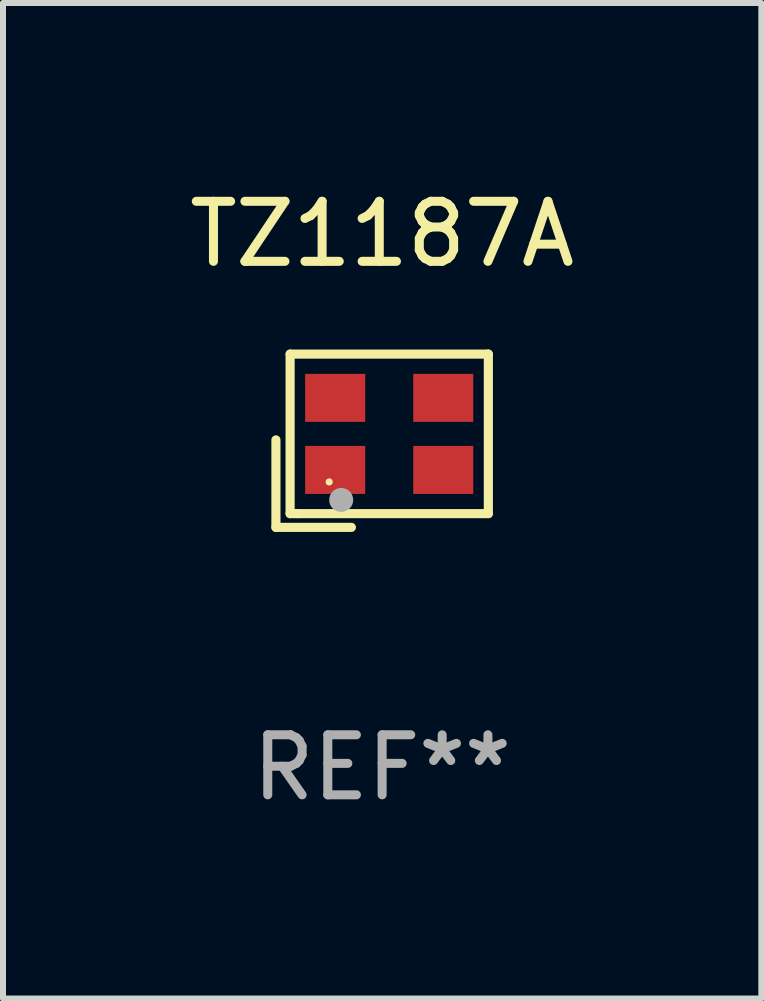
<source format=kicad_pcb>
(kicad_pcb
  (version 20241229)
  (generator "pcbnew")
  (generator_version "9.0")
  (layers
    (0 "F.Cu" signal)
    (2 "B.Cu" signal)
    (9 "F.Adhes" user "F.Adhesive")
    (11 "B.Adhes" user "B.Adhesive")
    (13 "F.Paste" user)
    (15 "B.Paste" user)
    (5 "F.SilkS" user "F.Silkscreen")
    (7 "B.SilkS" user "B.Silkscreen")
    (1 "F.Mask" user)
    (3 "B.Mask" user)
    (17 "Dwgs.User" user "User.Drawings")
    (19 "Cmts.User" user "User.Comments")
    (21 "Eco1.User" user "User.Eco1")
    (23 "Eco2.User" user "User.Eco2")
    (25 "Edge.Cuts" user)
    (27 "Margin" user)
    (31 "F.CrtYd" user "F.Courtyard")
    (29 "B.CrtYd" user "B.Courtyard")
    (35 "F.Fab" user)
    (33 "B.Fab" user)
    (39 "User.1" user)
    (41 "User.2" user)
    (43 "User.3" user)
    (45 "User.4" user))
  (footprint "TZ1187A"
    (layer "F.Cu")
    (at 3.315 4.291)
    (property "Reference" "TZ1187A" (at 0 -3.443 0) (layer "F.SilkS") (effects (font (size 1 1) (thickness 0.15))))
    (attr through_hole)
    (fp_line (start -1.769 -0.014) (end -1.769 1.443) (stroke (width 0.152) (type solid)) (layer "F.SilkS"))
    (fp_line (start -1.769 1.443) (end -0.512 1.443) (stroke (width 0.152) (type solid)) (layer "F.SilkS"))
    (fp_line (start -1.533 -1.443) (end 1.769 -1.443) (stroke (width 0.152) (type solid)) (layer "F.SilkS"))
    (fp_line (start -1.533 1.214) (end -1.533 -1.443) (stroke (width 0.152) (type solid)) (layer "F.SilkS"))
    (fp_line (start -1.411 1.214) (end -1.533 1.214) (stroke (width 0.152) (type solid)) (layer "F.SilkS"))
    (fp_line (start 1.769 -1.443) (end 1.769 1.214) (stroke (width 0.152) (type solid)) (layer "F.SilkS"))
    (fp_line (start 1.769 1.214) (end -1.411 1.214) (stroke (width 0.152) (type solid)) (layer "F.SilkS"))
    (fp_circle (center -0.882 0.686) (end -0.852 0.686) (stroke (width 0.06) (type solid)) (fill no) (layer "F.SilkS"))
    (fp_circle (center -0.682 0.986) (end -0.582 0.986) (stroke (width 0.2) (type solid)) (fill no) (layer "F.Fab"))
    (fp_text user "REF**" (at 0 5.443 0) (layer "F.Fab") (effects (font (size 1 1) (thickness 0.15))))
    (pad "1" smd rect (at -0.782 0.486 90) (size 0.8 1) (layers "F.Cu" "F.Mask" "F.Paste"))
    (pad "2" smd rect (at 1.018 0.486 90) (size 0.8 1) (layers "F.Cu" "F.Mask" "F.Paste"))
    (pad "3" smd rect (at 1.018 -0.714 90) (size 0.8 1) (layers "F.Cu" "F.Mask" "F.Paste"))
    (pad "4" smd rect (at -0.782 -0.714 90) (size 0.8 1) (layers "F.Cu" "F.Mask" "F.Paste")))
  (gr_rect
    (start -3 -3)
    (end 9.631 13.582)
    (stroke (width 0.1) (type default))
    (fill no)
    (layer "Edge.Cuts")))
</source>
